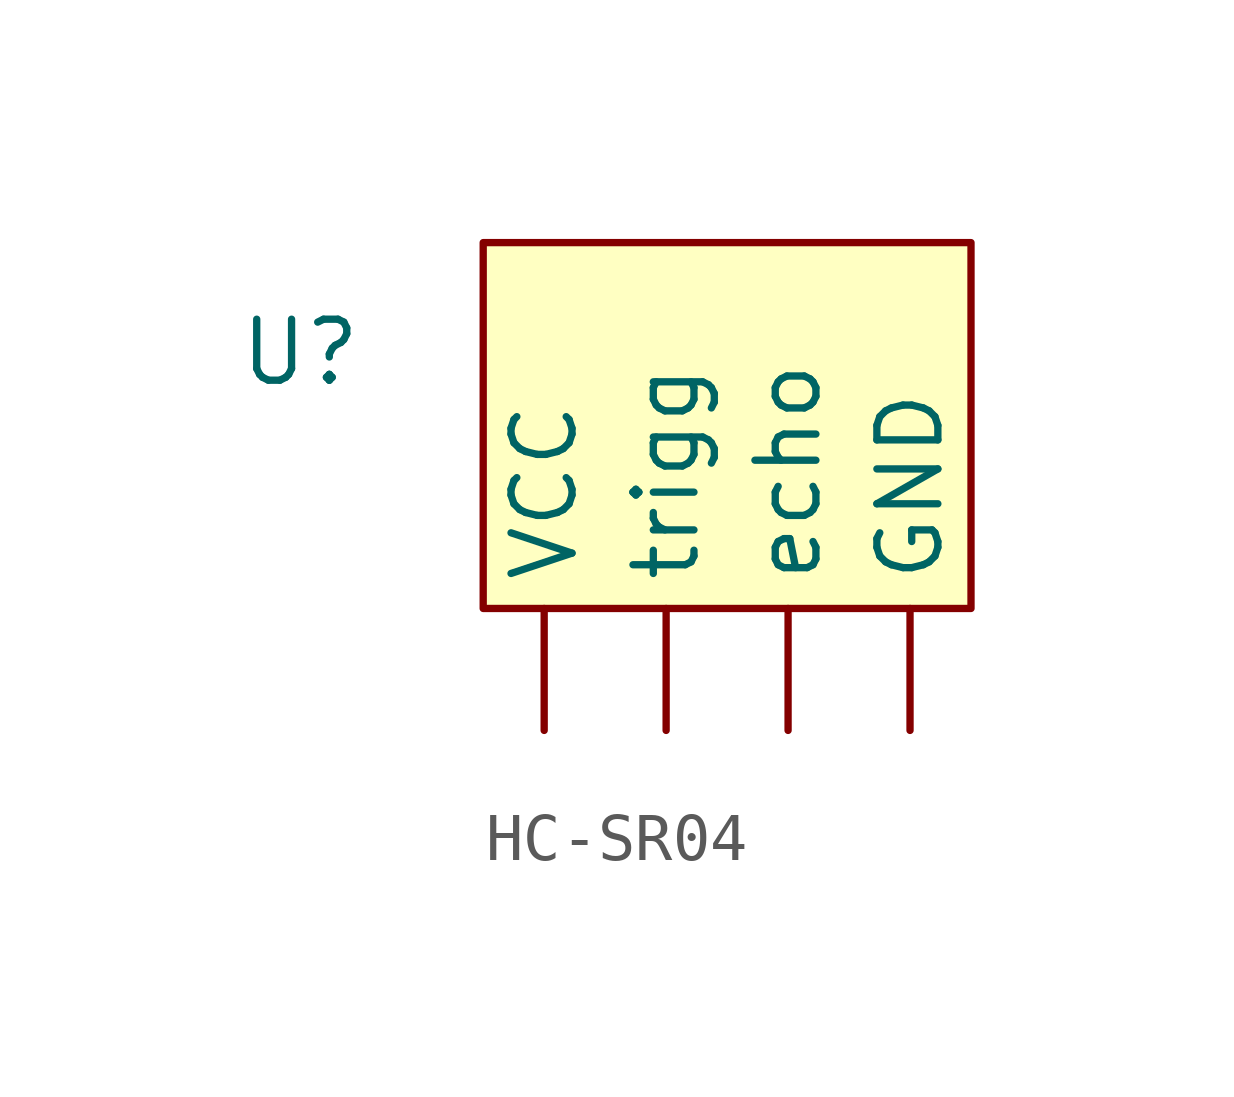
<source format=kicad_sym>
(kicad_symbol_lib
  (version 20231120)
  (generator "kicad_symbol_editor")
  (generator_version "8.0")
  (symbol "HC-SR04"
    (property "Reference" "U"
      (at -148.59 2.794 0)
      (effects (font (size 1.27 1.27))))
    (property "Value" ""
      (at -142.24 0 0)
      (effects (font (size 1.27 1.27))))
    (symbol "HC-SR04_1_1"
      (rectangle (start -144.78 5.08) (end -134.62 -2.54) (stroke (width 0) (type default)) (fill (type background)))
      (pin bidirectional line (at -135.89 -5.08 90) (length 2.54) (name "GND" (effects (font (size 1.27 1.27)))) (number "" (effects (font (size 1.27 1.27)))))
      (pin power_in line (at -143.51 -5.08 90) (length 2.54) (name "VCC" (effects (font (size 1.27 1.27)))) (number "" (effects (font (size 1.27 1.27)))))
      (pin bidirectional line (at -138.43 -5.08 90) (length 2.54) (name "echo" (effects (font (size 1.27 1.27)))) (number "" (effects (font (size 1.27 1.27)))))
      (pin bidirectional line (at -140.97 -5.08 90) (length 2.54) (name "trigg" (effects (font (size 1.27 1.27)))) (number "" (effects (font (size 1.27 1.27))))))))
</source>
